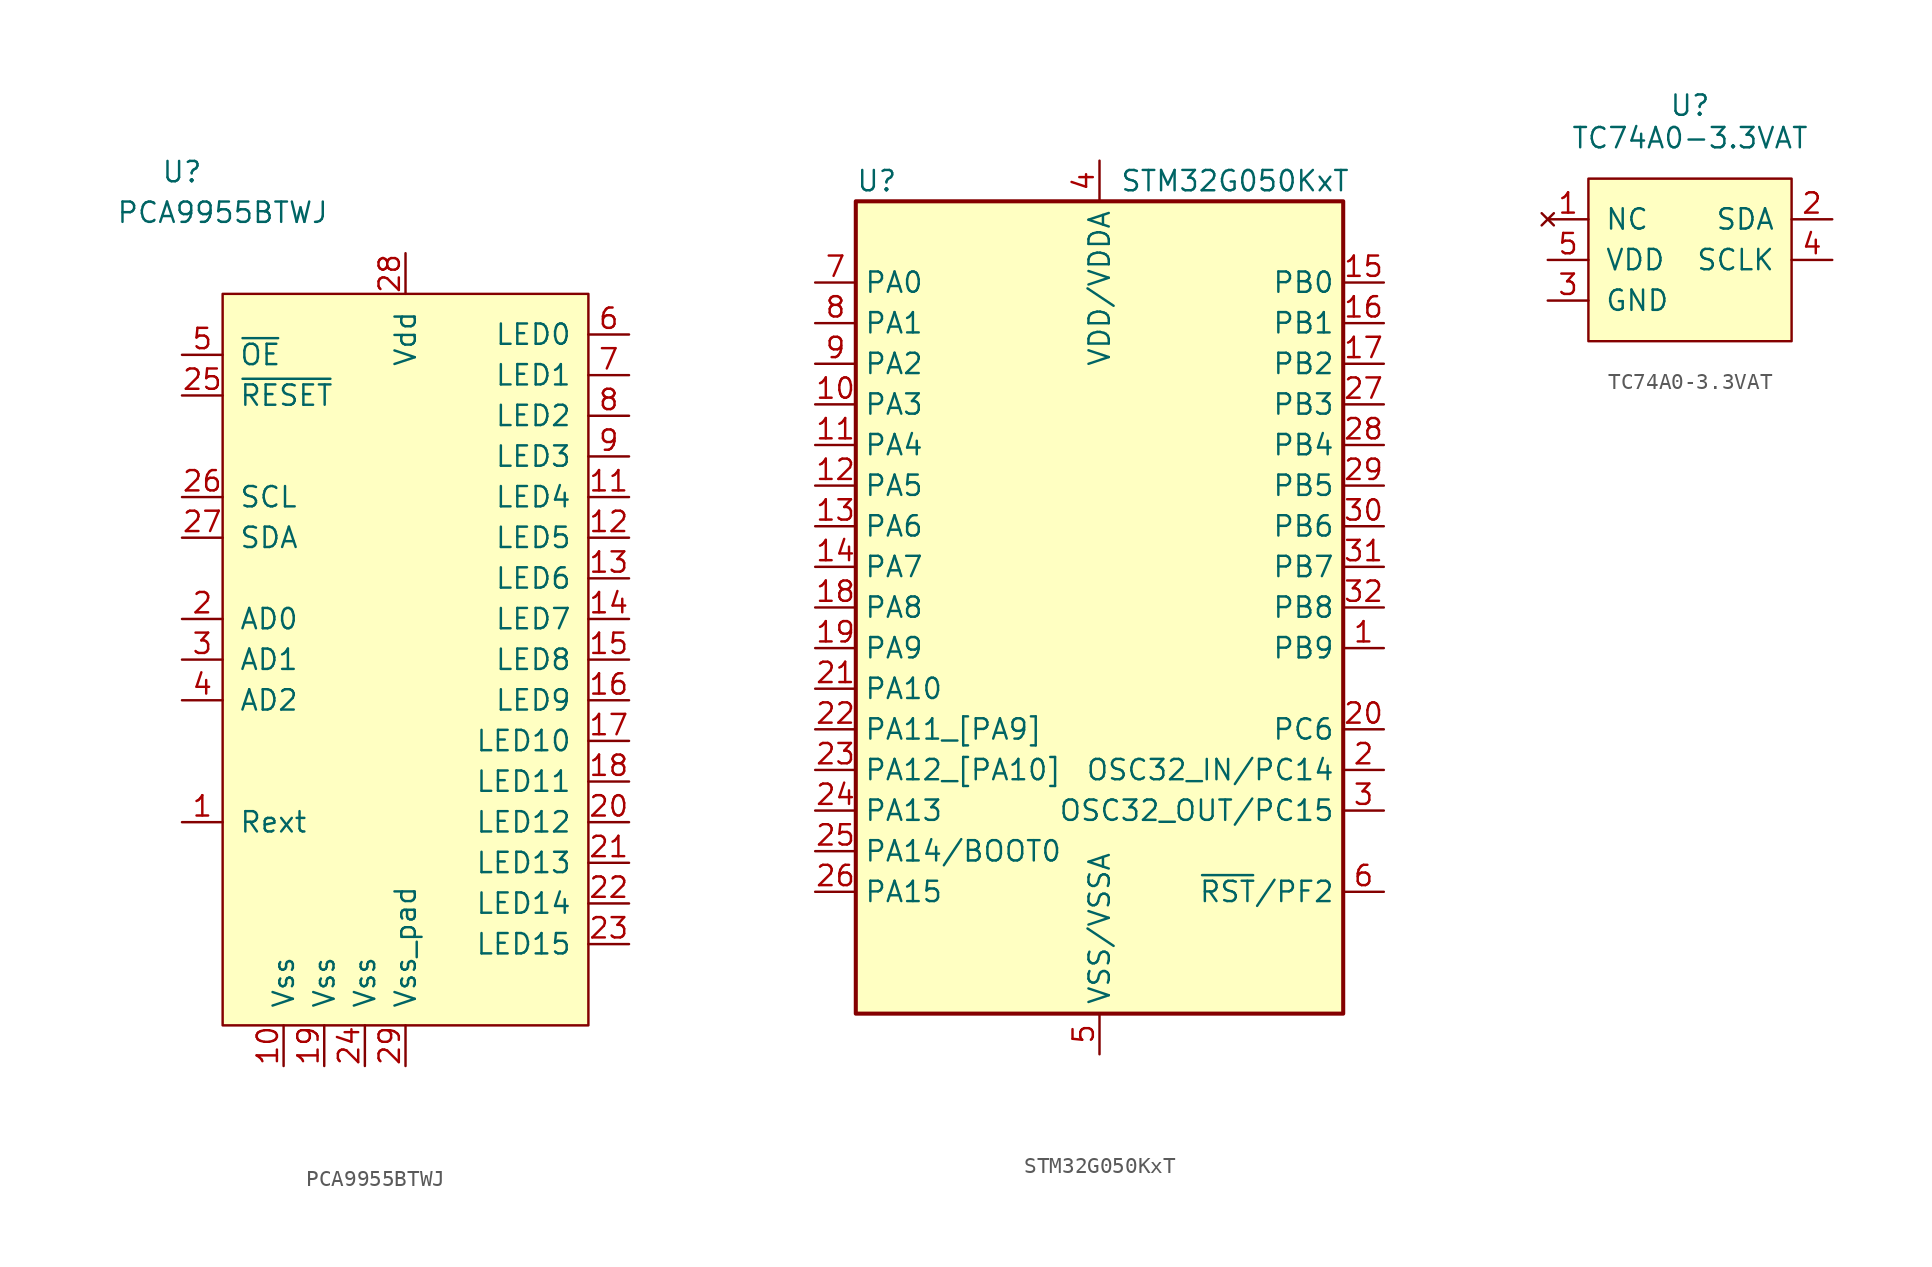
<source format=kicad_sym>
(kicad_symbol_lib
  (version 20231120)
  (generator "kicad_symbol_editor")
  (generator_version "8.0")
  (symbol "PCA9955BTWJ"
    (pin_names
      (offset 1.016))
    (property "Reference" "U"
      (at -1.27 6.35 0)
      (effects (font (size 1.27 1.27))))
    (property "Value" "PCA9955BTWJ"
      (at 1.27 3.81 0)
      (effects (font (size 1.27 1.27))))
    (symbol "PCA9955BTWJ_0_1"
      (rectangle (start 1.27 -1.27) (end 24.13 -46.99) (stroke (width 0) (type solid)) (fill (type background))))
    (symbol "PCA9955BTWJ_1_1"
      (pin input line (at -1.27 -34.29 0) (length 2.54) (name "Rext" (effects (font (size 1.27 1.27)))) (number "1" (effects (font (size 1.27 1.27)))))
      (pin power_in line (at 5.08 -49.53 90) (length 2.54) (name "Vss" (effects (font (size 1.27 1.27)))) (number "10" (effects (font (size 1.27 1.27)))))
      (pin output line (at 26.67 -13.97 180) (length 2.54) (name "LED4" (effects (font (size 1.27 1.27)))) (number "11" (effects (font (size 1.27 1.27)))))
      (pin output line (at 26.67 -16.51 180) (length 2.54) (name "LED5" (effects (font (size 1.27 1.27)))) (number "12" (effects (font (size 1.27 1.27)))))
      (pin output line (at 26.67 -19.05 180) (length 2.54) (name "LED6" (effects (font (size 1.27 1.27)))) (number "13" (effects (font (size 1.27 1.27)))))
      (pin output line (at 26.67 -21.59 180) (length 2.54) (name "LED7" (effects (font (size 1.27 1.27)))) (number "14" (effects (font (size 1.27 1.27)))))
      (pin output line (at 26.67 -24.13 180) (length 2.54) (name "LED8" (effects (font (size 1.27 1.27)))) (number "15" (effects (font (size 1.27 1.27)))))
      (pin output line (at 26.67 -26.67 180) (length 2.54) (name "LED9" (effects (font (size 1.27 1.27)))) (number "16" (effects (font (size 1.27 1.27)))))
      (pin output line (at 26.67 -29.21 180) (length 2.54) (name "LED10" (effects (font (size 1.27 1.27)))) (number "17" (effects (font (size 1.27 1.27)))))
      (pin output line (at 26.67 -31.75 180) (length 2.54) (name "LED11" (effects (font (size 1.27 1.27)))) (number "18" (effects (font (size 1.27 1.27)))))
      (pin power_in line (at 7.62 -49.53 90) (length 2.54) (name "Vss" (effects (font (size 1.27 1.27)))) (number "19" (effects (font (size 1.27 1.27)))))
      (pin input line (at -1.27 -21.59 0) (length 2.54) (name "AD0" (effects (font (size 1.27 1.27)))) (number "2" (effects (font (size 1.27 1.27)))))
      (pin output line (at 26.67 -34.29 180) (length 2.54) (name "LED12" (effects (font (size 1.27 1.27)))) (number "20" (effects (font (size 1.27 1.27)))))
      (pin output line (at 26.67 -36.83 180) (length 2.54) (name "LED13" (effects (font (size 1.27 1.27)))) (number "21" (effects (font (size 1.27 1.27)))))
      (pin output line (at 26.67 -39.37 180) (length 2.54) (name "LED14" (effects (font (size 1.27 1.27)))) (number "22" (effects (font (size 1.27 1.27)))))
      (pin output line (at 26.67 -41.91 180) (length 2.54) (name "LED15" (effects (font (size 1.27 1.27)))) (number "23" (effects (font (size 1.27 1.27)))))
      (pin power_in line (at 10.16 -49.53 90) (length 2.54) (name "Vss" (effects (font (size 1.27 1.27)))) (number "24" (effects (font (size 1.27 1.27)))))
      (pin input line (at -1.27 -7.62 0) (length 2.54) (name "~{RESET}" (effects (font (size 1.27 1.27)))) (number "25" (effects (font (size 1.27 1.27)))))
      (pin input line (at -1.27 -13.97 0) (length 2.54) (name "SCL" (effects (font (size 1.27 1.27)))) (number "26" (effects (font (size 1.27 1.27)))))
      (pin bidirectional line (at -1.27 -16.51 0) (length 2.54) (name "SDA" (effects (font (size 1.27 1.27)))) (number "27" (effects (font (size 1.27 1.27)))))
      (pin power_in line (at 12.7 1.27 270) (length 2.54) (name "Vdd" (effects (font (size 1.27 1.27)))) (number "28" (effects (font (size 1.27 1.27)))))
      (pin power_in line (at 12.7 -49.53 90) (length 2.54) (name "Vss_pad" (effects (font (size 1.27 1.27)))) (number "29" (effects (font (size 1.27 1.27)))))
      (pin input line (at -1.27 -24.13 0) (length 2.54) (name "AD1" (effects (font (size 1.27 1.27)))) (number "3" (effects (font (size 1.27 1.27)))))
      (pin input line (at -1.27 -26.67 0) (length 2.54) (name "AD2" (effects (font (size 1.27 1.27)))) (number "4" (effects (font (size 1.27 1.27)))))
      (pin input line (at -1.27 -5.08 0) (length 2.54) (name "~{OE}" (effects (font (size 1.27 1.27)))) (number "5" (effects (font (size 1.27 1.27)))))
      (pin output line (at 26.67 -3.81 180) (length 2.54) (name "LED0" (effects (font (size 1.27 1.27)))) (number "6" (effects (font (size 1.27 1.27)))))
      (pin output line (at 26.67 -6.35 180) (length 2.54) (name "LED1" (effects (font (size 1.27 1.27)))) (number "7" (effects (font (size 1.27 1.27)))))
      (pin output line (at 26.67 -8.89 180) (length 2.54) (name "LED2" (effects (font (size 1.27 1.27)))) (number "8" (effects (font (size 1.27 1.27)))))
      (pin output line (at 26.67 -11.43 180) (length 2.54) (name "LED3" (effects (font (size 1.27 1.27)))) (number "9" (effects (font (size 1.27 1.27)))))))
  (symbol "STM32G050KxT"
    (property "Reference" "U"
      (at -15.24 26.67 0)
      (effects (font (size 1.27 1.27)) (justify left)))
    (property "Value" "STM32G050KxT"
      (at 1.27 26.67 0)
      (effects (font (size 1.27 1.27)) (justify left)))
    (symbol "STM32G050KxT_0_1"
      (rectangle (start -15.24 -25.4) (end 15.24 25.4) (stroke (width 0.254) (type solid)) (fill (type background))))
    (symbol "STM32G050KxT_1_1"
      (pin bidirectional line (at 17.78 -2.54 180) (length 2.54) (name "PB9" (effects (font (size 1.27 1.27)))) (number "1" (effects (font (size 1.27 1.27)))))
      (pin bidirectional line (at -17.78 12.7 0) (length 2.54) (name "PA3" (effects (font (size 1.27 1.27)))) (number "10" (effects (font (size 1.27 1.27)))))
      (pin bidirectional line (at -17.78 10.16 0) (length 2.54) (name "PA4" (effects (font (size 1.27 1.27)))) (number "11" (effects (font (size 1.27 1.27)))))
      (pin bidirectional line (at -17.78 7.62 0) (length 2.54) (name "PA5" (effects (font (size 1.27 1.27)))) (number "12" (effects (font (size 1.27 1.27)))))
      (pin bidirectional line (at -17.78 5.08 0) (length 2.54) (name "PA6" (effects (font (size 1.27 1.27)))) (number "13" (effects (font (size 1.27 1.27)))))
      (pin bidirectional line (at -17.78 2.54 0) (length 2.54) (name "PA7" (effects (font (size 1.27 1.27)))) (number "14" (effects (font (size 1.27 1.27)))))
      (pin bidirectional line (at 17.78 20.32 180) (length 2.54) (name "PB0" (effects (font (size 1.27 1.27)))) (number "15" (effects (font (size 1.27 1.27)))))
      (pin bidirectional line (at 17.78 17.78 180) (length 2.54) (name "PB1" (effects (font (size 1.27 1.27)))) (number "16" (effects (font (size 1.27 1.27)))))
      (pin bidirectional line (at 17.78 15.24 180) (length 2.54) (name "PB2" (effects (font (size 1.27 1.27)))) (number "17" (effects (font (size 1.27 1.27)))))
      (pin bidirectional line (at -17.78 0 0) (length 2.54) (name "PA8" (effects (font (size 1.27 1.27)))) (number "18" (effects (font (size 1.27 1.27)))))
      (pin bidirectional line (at -17.78 -2.54 0) (length 2.54) (name "PA9" (effects (font (size 1.27 1.27)))) (number "19" (effects (font (size 1.27 1.27)))))
      (pin bidirectional line (at 17.78 -10.16 180) (length 2.54) (name "OSC32_IN/PC14" (effects (font (size 1.27 1.27)))) (number "2" (effects (font (size 1.27 1.27)))))
      (pin bidirectional line (at 17.78 -7.62 180) (length 2.54) (name "PC6" (effects (font (size 1.27 1.27)))) (number "20" (effects (font (size 1.27 1.27)))))
      (pin bidirectional line (at -17.78 -5.08 0) (length 2.54) (name "PA10" (effects (font (size 1.27 1.27)))) (number "21" (effects (font (size 1.27 1.27)))))
      (pin bidirectional line (at -17.78 -7.62 0) (length 2.54) (name "PA11_[PA9]" (effects (font (size 1.27 1.27)))) (number "22" (effects (font (size 1.27 1.27)))))
      (pin bidirectional line (at -17.78 -10.16 0) (length 2.54) (name "PA12_[PA10]" (effects (font (size 1.27 1.27)))) (number "23" (effects (font (size 1.27 1.27)))))
      (pin bidirectional line (at -17.78 -12.7 0) (length 2.54) (name "PA13" (effects (font (size 1.27 1.27)))) (number "24" (effects (font (size 1.27 1.27)))))
      (pin bidirectional line (at -17.78 -15.24 0) (length 2.54) (name "PA14/BOOT0" (effects (font (size 1.27 1.27)))) (number "25" (effects (font (size 1.27 1.27)))))
      (pin bidirectional line (at -17.78 -17.78 0) (length 2.54) (name "PA15" (effects (font (size 1.27 1.27)))) (number "26" (effects (font (size 1.27 1.27)))))
      (pin bidirectional line (at 17.78 12.7 180) (length 2.54) (name "PB3" (effects (font (size 1.27 1.27)))) (number "27" (effects (font (size 1.27 1.27)))))
      (pin bidirectional line (at 17.78 10.16 180) (length 2.54) (name "PB4" (effects (font (size 1.27 1.27)))) (number "28" (effects (font (size 1.27 1.27)))))
      (pin bidirectional line (at 17.78 7.62 180) (length 2.54) (name "PB5" (effects (font (size 1.27 1.27)))) (number "29" (effects (font (size 1.27 1.27)))))
      (pin bidirectional line (at 17.78 -12.7 180) (length 2.54) (name "OSC32_OUT/PC15" (effects (font (size 1.27 1.27)))) (number "3" (effects (font (size 1.27 1.27)))))
      (pin bidirectional line (at 17.78 5.08 180) (length 2.54) (name "PB6" (effects (font (size 1.27 1.27)))) (number "30" (effects (font (size 1.27 1.27)))))
      (pin bidirectional line (at 17.78 2.54 180) (length 2.54) (name "PB7" (effects (font (size 1.27 1.27)))) (number "31" (effects (font (size 1.27 1.27)))))
      (pin bidirectional line (at 17.78 0 180) (length 2.54) (name "PB8" (effects (font (size 1.27 1.27)))) (number "32" (effects (font (size 1.27 1.27)))))
      (pin power_in line (at 0 27.94 270) (length 2.54) (name "VDD/VDDA" (effects (font (size 1.27 1.27)))) (number "4" (effects (font (size 1.27 1.27)))))
      (pin power_in line (at 0 -27.94 90) (length 2.54) (name "VSS/VSSA" (effects (font (size 1.27 1.27)))) (number "5" (effects (font (size 1.27 1.27)))))
      (pin bidirectional line (at 17.78 -17.78 180) (length 2.54) (name "~{RST}/PF2" (effects (font (size 1.27 1.27)))) (number "6" (effects (font (size 1.27 1.27)))))
      (pin bidirectional line (at -17.78 20.32 0) (length 2.54) (name "PA0" (effects (font (size 1.27 1.27)))) (number "7" (effects (font (size 1.27 1.27)))))
      (pin bidirectional line (at -17.78 17.78 0) (length 2.54) (name "PA1" (effects (font (size 1.27 1.27)))) (number "8" (effects (font (size 1.27 1.27)))))
      (pin bidirectional line (at -17.78 15.24 0) (length 2.54) (name "PA2" (effects (font (size 1.27 1.27)))) (number "9" (effects (font (size 1.27 1.27)))))))
  (symbol "TC74A0-3.3VAT"
    (pin_names
      (offset 1.016))
    (property "Reference" "U"
      (at 0 2.032 0)
      (effects (font (size 1.27 1.27))))
    (property "Value" "TC74A0-3.3VAT"
      (at 0 0 0)
      (effects (font (size 1.27 1.27))))
    (symbol "TC74A0-3.3VAT_0_1"
      (rectangle (start -6.35 -2.54) (end 6.35 -12.7) (stroke (width 0) (type solid)) (fill (type background))))
    (symbol "TC74A0-3.3VAT_1_1"
      (pin no_connect line (at -8.89 -5.08 0) (length 2.54) (name "NC" (effects (font (size 1.27 1.27)))) (number "1" (effects (font (size 1.27 1.27)))))
      (pin bidirectional line (at 8.89 -5.08 180) (length 2.54) (name "SDA" (effects (font (size 1.27 1.27)))) (number "2" (effects (font (size 1.27 1.27)))))
      (pin power_in line (at -8.89 -10.16 0) (length 2.54) (name "GND" (effects (font (size 1.27 1.27)))) (number "3" (effects (font (size 1.27 1.27)))))
      (pin input line (at 8.89 -7.62 180) (length 2.54) (name "SCLK" (effects (font (size 1.27 1.27)))) (number "4" (effects (font (size 1.27 1.27)))))
      (pin power_in line (at -8.89 -7.62 0) (length 2.54) (name "VDD" (effects (font (size 1.27 1.27)))) (number "5" (effects (font (size 1.27 1.27))))))))
</source>
